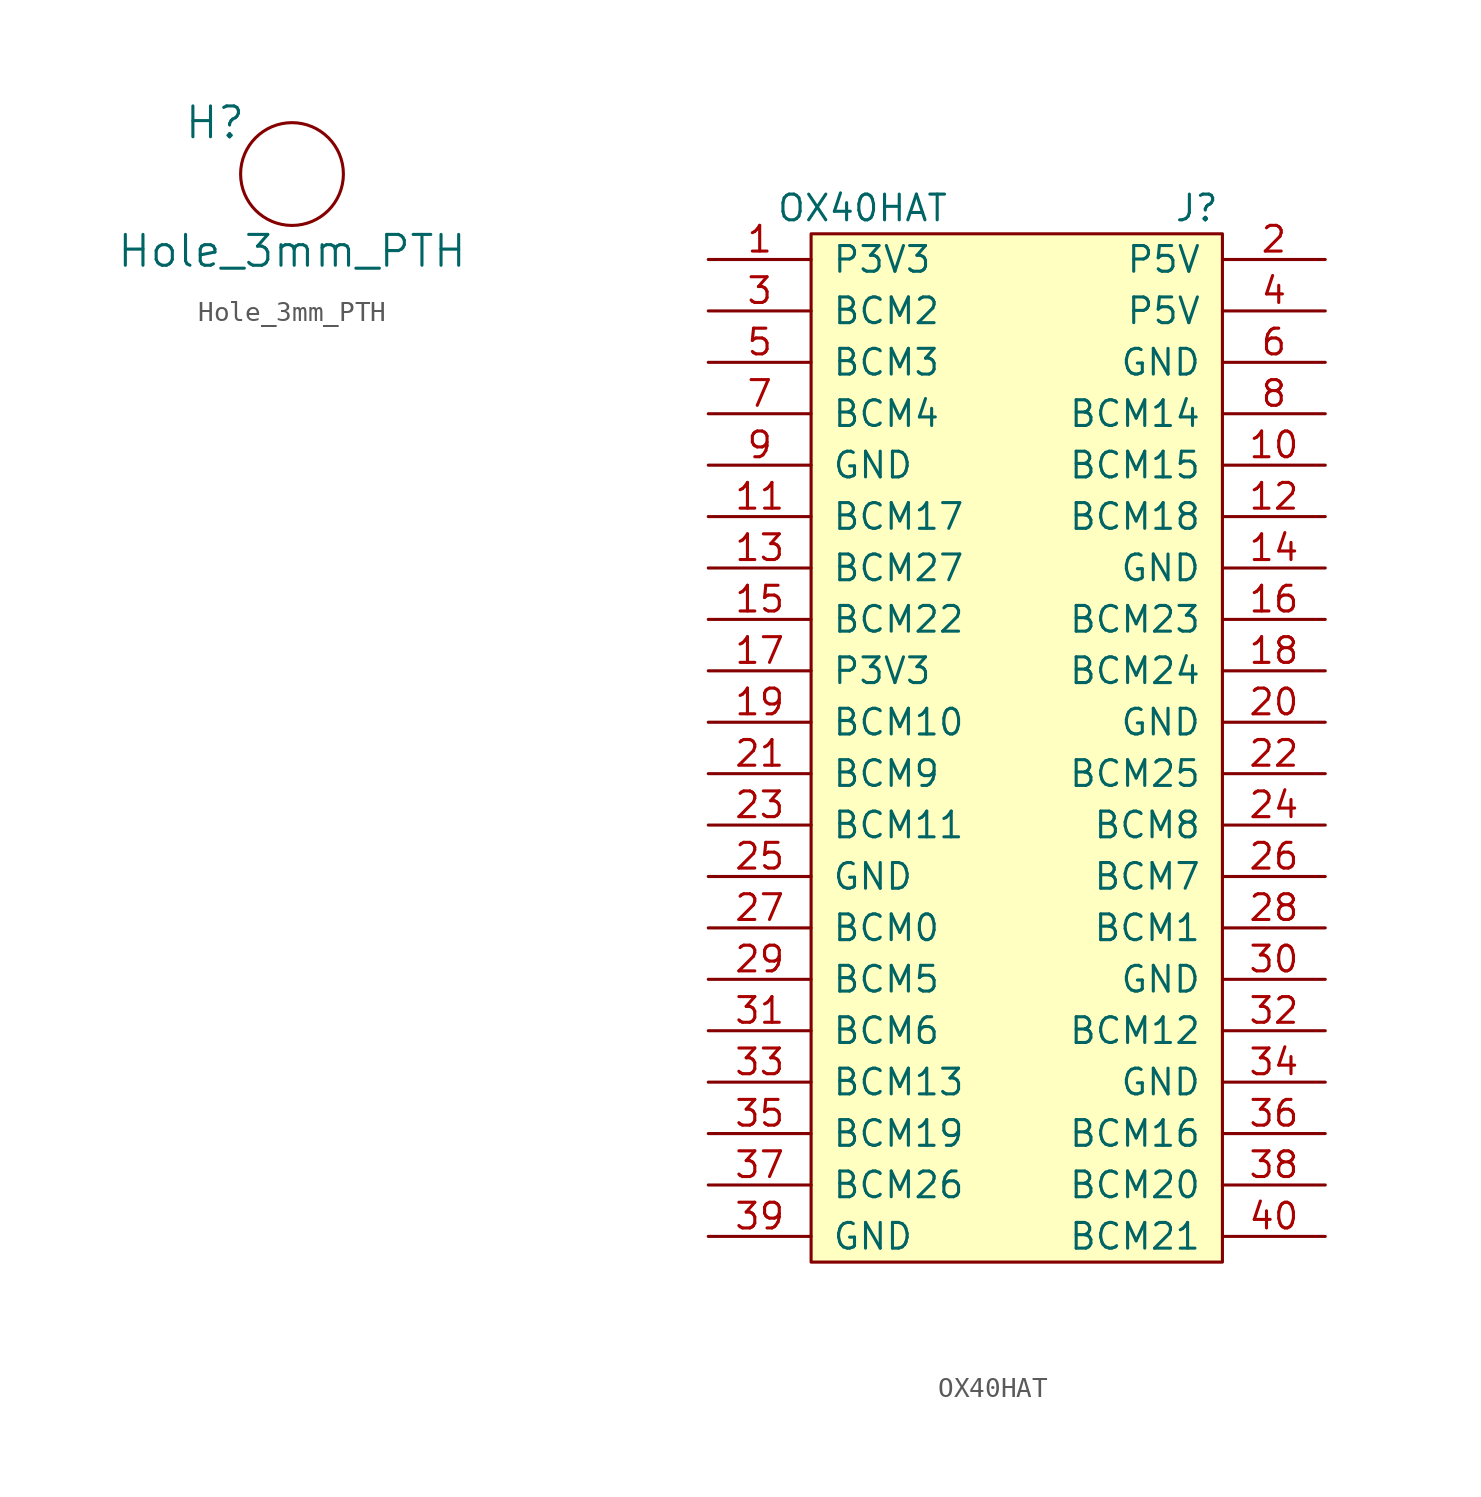
<source format=kicad_sym>
(kicad_symbol_lib
  (version 20220914)
  (generator kicad_symbol_editor)
  (symbol "Hole_3mm_PTH"
    (pin_numbers hide)
    (pin_names
      (offset 1.016) hide)
    (property "Reference" "H"
      (at -3.81 2.54 0)
      (effects (font (size 1.524 1.524))))
    (property "Value" "Hole_3mm_PTH"
      (at 0 -3.81 0)
      (effects (font (size 1.524 1.524))))
    (symbol "Hole_3mm_PTH_0_1"
      (circle (center 0 0) (radius 2.54) (stroke (width 0) (type default)) (fill (type none)))))
  (symbol "OX40HAT"
    (pin_names
      (offset 1.016))
    (property "Reference" "J"
      (at 8.89 2.54 0)
      (effects (font (size 1.27 1.27))))
    (property "Value" "OX40HAT"
      (at -7.62 2.54 0)
      (effects (font (size 1.27 1.27))))
    (property "Datasheet" ""
      (at -17.78 0 0)
      (effects (font (size 1.27 1.27))))
    (symbol "OX40HAT_0_1"
      (rectangle (start -10.16 1.27) (end 10.16 -49.53) (stroke (width 0) (type default)) (fill (type background))))
    (symbol "OX40HAT_1_1"
      (pin bidirectional line (at -15.24 0 0) (length 5.08) (name "P3V3" (effects (font (size 1.27 1.27)))) (number "1" (effects (font (size 1.27 1.27)))))
      (pin bidirectional line (at 15.24 -10.16 180) (length 5.08) (name "BCM15" (effects (font (size 1.27 1.27)))) (number "10" (effects (font (size 1.27 1.27)))))
      (pin bidirectional line (at -15.24 -12.7 0) (length 5.08) (name "BCM17" (effects (font (size 1.27 1.27)))) (number "11" (effects (font (size 1.27 1.27)))))
      (pin bidirectional line (at 15.24 -12.7 180) (length 5.08) (name "BCM18" (effects (font (size 1.27 1.27)))) (number "12" (effects (font (size 1.27 1.27)))))
      (pin bidirectional line (at -15.24 -15.24 0) (length 5.08) (name "BCM27" (effects (font (size 1.27 1.27)))) (number "13" (effects (font (size 1.27 1.27)))))
      (pin bidirectional line (at 15.24 -15.24 180) (length 5.08) (name "GND" (effects (font (size 1.27 1.27)))) (number "14" (effects (font (size 1.27 1.27)))))
      (pin bidirectional line (at -15.24 -17.78 0) (length 5.08) (name "BCM22" (effects (font (size 1.27 1.27)))) (number "15" (effects (font (size 1.27 1.27)))))
      (pin bidirectional line (at 15.24 -17.78 180) (length 5.08) (name "BCM23" (effects (font (size 1.27 1.27)))) (number "16" (effects (font (size 1.27 1.27)))))
      (pin bidirectional line (at -15.24 -20.32 0) (length 5.08) (name "P3V3" (effects (font (size 1.27 1.27)))) (number "17" (effects (font (size 1.27 1.27)))))
      (pin bidirectional line (at 15.24 -20.32 180) (length 5.08) (name "BCM24" (effects (font (size 1.27 1.27)))) (number "18" (effects (font (size 1.27 1.27)))))
      (pin bidirectional line (at -15.24 -22.86 0) (length 5.08) (name "BCM10" (effects (font (size 1.27 1.27)))) (number "19" (effects (font (size 1.27 1.27)))))
      (pin bidirectional line (at 15.24 0 180) (length 5.08) (name "P5V" (effects (font (size 1.27 1.27)))) (number "2" (effects (font (size 1.27 1.27)))))
      (pin bidirectional line (at 15.24 -22.86 180) (length 5.08) (name "GND" (effects (font (size 1.27 1.27)))) (number "20" (effects (font (size 1.27 1.27)))))
      (pin bidirectional line (at -15.24 -25.4 0) (length 5.08) (name "BCM9" (effects (font (size 1.27 1.27)))) (number "21" (effects (font (size 1.27 1.27)))))
      (pin bidirectional line (at 15.24 -25.4 180) (length 5.08) (name "BCM25" (effects (font (size 1.27 1.27)))) (number "22" (effects (font (size 1.27 1.27)))))
      (pin bidirectional line (at -15.24 -27.94 0) (length 5.08) (name "BCM11" (effects (font (size 1.27 1.27)))) (number "23" (effects (font (size 1.27 1.27)))))
      (pin bidirectional line (at 15.24 -27.94 180) (length 5.08) (name "BCM8" (effects (font (size 1.27 1.27)))) (number "24" (effects (font (size 1.27 1.27)))))
      (pin bidirectional line (at -15.24 -30.48 0) (length 5.08) (name "GND" (effects (font (size 1.27 1.27)))) (number "25" (effects (font (size 1.27 1.27)))))
      (pin bidirectional line (at 15.24 -30.48 180) (length 5.08) (name "BCM7" (effects (font (size 1.27 1.27)))) (number "26" (effects (font (size 1.27 1.27)))))
      (pin bidirectional line (at -15.24 -33.02 0) (length 5.08) (name "BCM0" (effects (font (size 1.27 1.27)))) (number "27" (effects (font (size 1.27 1.27)))))
      (pin bidirectional line (at 15.24 -33.02 180) (length 5.08) (name "BCM1" (effects (font (size 1.27 1.27)))) (number "28" (effects (font (size 1.27 1.27)))))
      (pin bidirectional line (at -15.24 -35.56 0) (length 5.08) (name "BCM5" (effects (font (size 1.27 1.27)))) (number "29" (effects (font (size 1.27 1.27)))))
      (pin bidirectional line (at -15.24 -2.54 0) (length 5.08) (name "BCM2" (effects (font (size 1.27 1.27)))) (number "3" (effects (font (size 1.27 1.27)))))
      (pin bidirectional line (at 15.24 -35.56 180) (length 5.08) (name "GND" (effects (font (size 1.27 1.27)))) (number "30" (effects (font (size 1.27 1.27)))))
      (pin bidirectional line (at -15.24 -38.1 0) (length 5.08) (name "BCM6" (effects (font (size 1.27 1.27)))) (number "31" (effects (font (size 1.27 1.27)))))
      (pin bidirectional line (at 15.24 -38.1 180) (length 5.08) (name "BCM12" (effects (font (size 1.27 1.27)))) (number "32" (effects (font (size 1.27 1.27)))))
      (pin bidirectional line (at -15.24 -40.64 0) (length 5.08) (name "BCM13" (effects (font (size 1.27 1.27)))) (number "33" (effects (font (size 1.27 1.27)))))
      (pin bidirectional line (at 15.24 -40.64 180) (length 5.08) (name "GND" (effects (font (size 1.27 1.27)))) (number "34" (effects (font (size 1.27 1.27)))))
      (pin bidirectional line (at -15.24 -43.18 0) (length 5.08) (name "BCM19" (effects (font (size 1.27 1.27)))) (number "35" (effects (font (size 1.27 1.27)))))
      (pin bidirectional line (at 15.24 -43.18 180) (length 5.08) (name "BCM16" (effects (font (size 1.27 1.27)))) (number "36" (effects (font (size 1.27 1.27)))))
      (pin bidirectional line (at -15.24 -45.72 0) (length 5.08) (name "BCM26" (effects (font (size 1.27 1.27)))) (number "37" (effects (font (size 1.27 1.27)))))
      (pin bidirectional line (at 15.24 -45.72 180) (length 5.08) (name "BCM20" (effects (font (size 1.27 1.27)))) (number "38" (effects (font (size 1.27 1.27)))))
      (pin bidirectional line (at -15.24 -48.26 0) (length 5.08) (name "GND" (effects (font (size 1.27 1.27)))) (number "39" (effects (font (size 1.27 1.27)))))
      (pin bidirectional line (at 15.24 -2.54 180) (length 5.08) (name "P5V" (effects (font (size 1.27 1.27)))) (number "4" (effects (font (size 1.27 1.27)))))
      (pin bidirectional line (at 15.24 -48.26 180) (length 5.08) (name "BCM21" (effects (font (size 1.27 1.27)))) (number "40" (effects (font (size 1.27 1.27)))))
      (pin bidirectional line (at -15.24 -5.08 0) (length 5.08) (name "BCM3" (effects (font (size 1.27 1.27)))) (number "5" (effects (font (size 1.27 1.27)))))
      (pin bidirectional line (at 15.24 -5.08 180) (length 5.08) (name "GND" (effects (font (size 1.27 1.27)))) (number "6" (effects (font (size 1.27 1.27)))))
      (pin bidirectional line (at -15.24 -7.62 0) (length 5.08) (name "BCM4" (effects (font (size 1.27 1.27)))) (number "7" (effects (font (size 1.27 1.27)))))
      (pin bidirectional line (at 15.24 -7.62 180) (length 5.08) (name "BCM14" (effects (font (size 1.27 1.27)))) (number "8" (effects (font (size 1.27 1.27)))))
      (pin bidirectional line (at -15.24 -10.16 0) (length 5.08) (name "GND" (effects (font (size 1.27 1.27)))) (number "9" (effects (font (size 1.27 1.27))))))))
</source>
